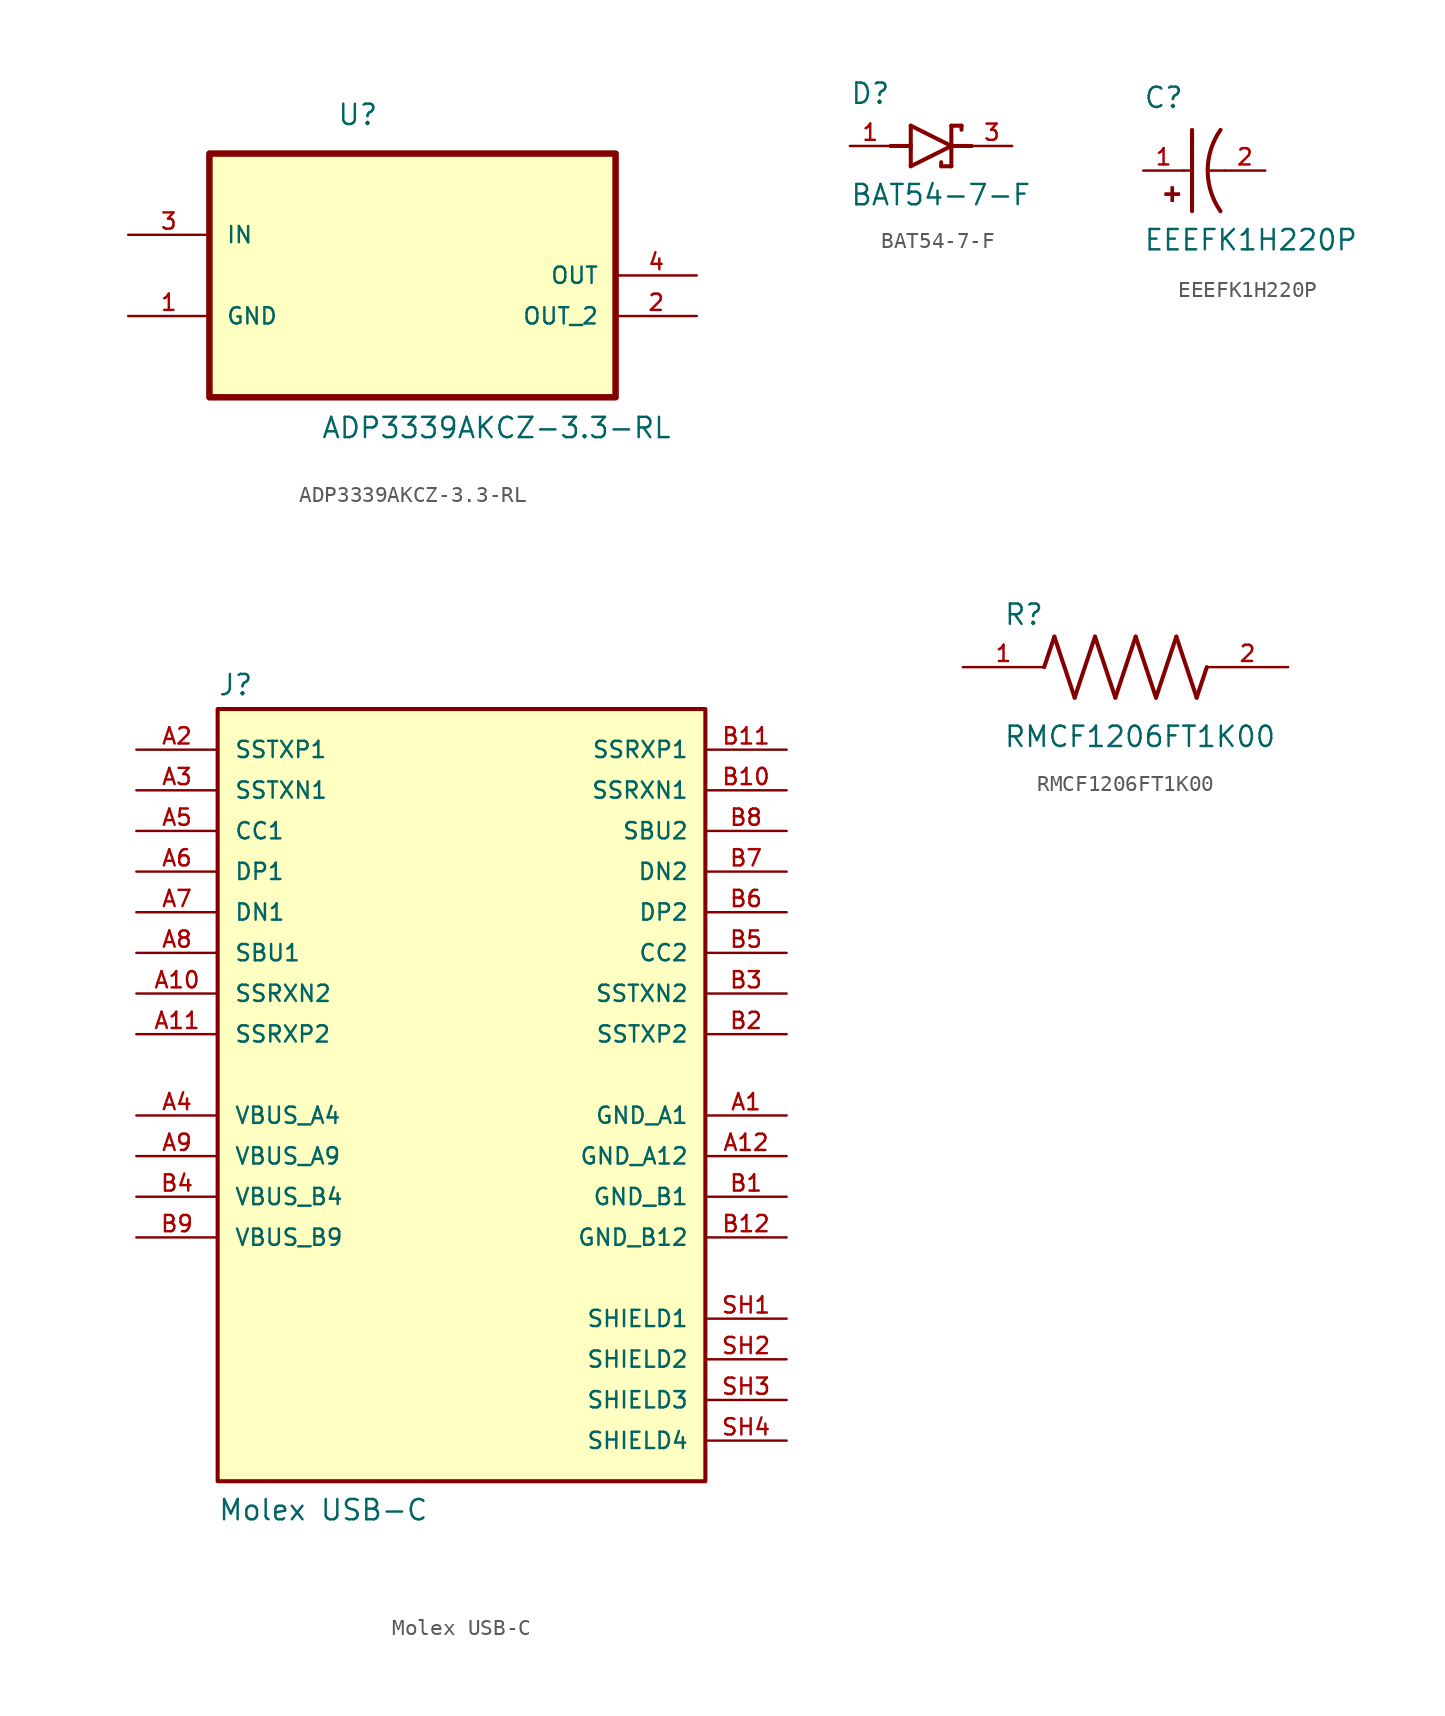
<source format=kicad_sym>
(kicad_symbol_lib
  (version 20231120)
  (generator "kicad_symbol_editor")
  (generator_version "8.0")
  (symbol "ADP3339AKCZ-3.3-RL"
    (pin_names
      (offset 1.016))
    (property "Reference" "U"
      (at -4.733 6.769 0)
      (effects (font (size 1.27 1.27)) (justify left bottom)))
    (property "Value" "ADP3339AKCZ-3.3-RL"
      (at -5.732 -12.814 0)
      (effects (font (size 1.27 1.27)) (justify left bottom)))
    (symbol "ADP3339AKCZ-3.3-RL_0_0"
      (rectangle (start -12.7 -10.16) (end 12.7 5.08) (stroke (width 0.406) (type default)) (fill (type background)))
      (pin passive line (at -17.78 -5.08 0) (length 5.08) (name "GND" (effects (font (size 1.016 1.016)))) (number "1" (effects (font (size 1.016 1.016)))))
      (pin output line (at 17.78 -5.08 180) (length 5.08) (name "OUT_2" (effects (font (size 1.016 1.016)))) (number "2" (effects (font (size 1.016 1.016)))))
      (pin input line (at -17.78 0 0) (length 5.08) (name "IN" (effects (font (size 1.016 1.016)))) (number "3" (effects (font (size 1.016 1.016)))))
      (pin output line (at 17.78 -2.54 180) (length 5.08) (name "OUT" (effects (font (size 1.016 1.016)))) (number "4" (effects (font (size 1.016 1.016)))))))
  (symbol "BAT54-7-F"
    (pin_names
      (offset 1.016))
    (property "Reference" "D"
      (at -5.08 2.54 0)
      (effects (font (size 1.27 1.27)) (justify left bottom)))
    (property "Value" "BAT54-7-F"
      (at -5.08 -3.81 0)
      (effects (font (size 1.27 1.27)) (justify left bottom)))
    (symbol "BAT54-7-F_0_0"
      (polyline (pts (xy -2.54 0) (xy -1.27 0)) (stroke (width 0.254) (type default)) (fill (type none)))
      (polyline (pts (xy -1.27 -1.27) (xy 1.27 0)) (stroke (width 0.254) (type default)) (fill (type none)))
      (polyline (pts (xy -1.27 0) (xy -1.27 -1.27)) (stroke (width 0.254) (type default)) (fill (type none)))
      (polyline (pts (xy -1.27 1.27) (xy -1.27 0)) (stroke (width 0.254) (type default)) (fill (type none)))
      (polyline (pts (xy 0.635 -1.016) (xy 0.635 -1.27)) (stroke (width 0.254) (type default)) (fill (type none)))
      (polyline (pts (xy 1.27 -1.27) (xy 0.635 -1.27)) (stroke (width 0.254) (type default)) (fill (type none)))
      (polyline (pts (xy 1.27 0) (xy -1.27 1.27)) (stroke (width 0.254) (type default)) (fill (type none)))
      (polyline (pts (xy 1.27 0) (xy 1.27 -1.27)) (stroke (width 0.254) (type default)) (fill (type none)))
      (polyline (pts (xy 1.27 1.27) (xy 1.27 0)) (stroke (width 0.254) (type default)) (fill (type none)))
      (polyline (pts (xy 1.905 1.27) (xy 1.27 1.27)) (stroke (width 0.254) (type default)) (fill (type none)))
      (polyline (pts (xy 1.905 1.27) (xy 1.905 1.016)) (stroke (width 0.254) (type default)) (fill (type none)))
      (polyline (pts (xy 2.54 0) (xy 1.27 0)) (stroke (width 0.254) (type default)) (fill (type none)))
      (pin passive line (at -5.08 0 0) (length 2.54) (name "~" (effects (font (size 1.016 1.016)))) (number "1" (effects (font (size 1.016 1.016)))))
      (pin passive line (at 5.08 0 180) (length 2.54) (name "~" (effects (font (size 1.016 1.016)))) (number "3" (effects (font (size 1.016 1.016)))))))
  (symbol "EEEFK1H220P"
    (pin_names
      (offset 1.016))
    (property "Reference" "C"
      (at -2.54 3.81 0)
      (effects (font (size 1.27 1.27)) (justify left bottom)))
    (property "Value" "EEEFK1H220P"
      (at -2.54 -5.08 0)
      (effects (font (size 1.27 1.27)) (justify left bottom)))
    (symbol "EEEFK1H220P_0_0"
      (rectangle (start -1.173 -1.532) (end -0.284 -1.405) (stroke (width 0.1) (type default)) (fill (type outline)))
      (rectangle (start -0.792 -1.913) (end -0.665 -1.024) (stroke (width 0.1) (type default)) (fill (type outline)))
      (polyline (pts (xy 0 0) (xy 0.508 0)) (stroke (width 0.152) (type default)) (fill (type none)))
      (polyline (pts (xy 0.508 0) (xy 0.508 -2.54)) (stroke (width 0.254) (type default)) (fill (type none)))
      (polyline (pts (xy 0.508 2.54) (xy 0.508 0)) (stroke (width 0.254) (type default)) (fill (type none)))
      (polyline (pts (xy 2.54 0) (xy 1.524 0)) (stroke (width 0.152) (type default)) (fill (type none)))
      (arc (start 2.286 2.54) (mid 1.4851 0) (end 2.286 -2.54) (stroke (width 0.254) (type default)) (fill (type none)))
      (pin passive line (at -2.54 0 0) (length 2.54) (name "~" (effects (font (size 1.016 1.016)))) (number "1" (effects (font (size 1.016 1.016)))))
      (pin passive line (at 5.08 0 180) (length 2.54) (name "~" (effects (font (size 1.016 1.016)))) (number "2" (effects (font (size 1.016 1.016)))))))
  (symbol "Molex USB-C"
    (pin_names
      (offset 1.016))
    (property "Reference" "J"
      (at -15.24 23.622 0)
      (effects (font (size 1.27 1.27)) (justify left bottom)))
    (property "Value" "Molex USB-C"
      (at -15.24 -27.94 0)
      (effects (font (size 1.27 1.27)) (justify left bottom)))
    (symbol "Molex USB-C_0_0"
      (rectangle (start -15.24 -25.4) (end 15.24 22.86) (stroke (width 0.254) (type default)) (fill (type background)))
      (pin power_in line (at 20.32 -2.54 180) (length 5.08) (name "GND_A1" (effects (font (size 1.016 1.016)))) (number "A1" (effects (font (size 1.016 1.016)))))
      (pin bidirectional line (at -20.32 5.08 0) (length 5.08) (name "SSRXN2" (effects (font (size 1.016 1.016)))) (number "A10" (effects (font (size 1.016 1.016)))))
      (pin bidirectional line (at -20.32 2.54 0) (length 5.08) (name "SSRXP2" (effects (font (size 1.016 1.016)))) (number "A11" (effects (font (size 1.016 1.016)))))
      (pin power_in line (at 20.32 -5.08 180) (length 5.08) (name "GND_A12" (effects (font (size 1.016 1.016)))) (number "A12" (effects (font (size 1.016 1.016)))))
      (pin bidirectional line (at -20.32 20.32 0) (length 5.08) (name "SSTXP1" (effects (font (size 1.016 1.016)))) (number "A2" (effects (font (size 1.016 1.016)))))
      (pin bidirectional line (at -20.32 17.78 0) (length 5.08) (name "SSTXN1" (effects (font (size 1.016 1.016)))) (number "A3" (effects (font (size 1.016 1.016)))))
      (pin power_in line (at -20.32 -2.54 0) (length 5.08) (name "VBUS_A4" (effects (font (size 1.016 1.016)))) (number "A4" (effects (font (size 1.016 1.016)))))
      (pin bidirectional line (at -20.32 15.24 0) (length 5.08) (name "CC1" (effects (font (size 1.016 1.016)))) (number "A5" (effects (font (size 1.016 1.016)))))
      (pin bidirectional line (at -20.32 12.7 0) (length 5.08) (name "DP1" (effects (font (size 1.016 1.016)))) (number "A6" (effects (font (size 1.016 1.016)))))
      (pin bidirectional line (at -20.32 10.16 0) (length 5.08) (name "DN1" (effects (font (size 1.016 1.016)))) (number "A7" (effects (font (size 1.016 1.016)))))
      (pin bidirectional line (at -20.32 7.62 0) (length 5.08) (name "SBU1" (effects (font (size 1.016 1.016)))) (number "A8" (effects (font (size 1.016 1.016)))))
      (pin power_in line (at -20.32 -5.08 0) (length 5.08) (name "VBUS_A9" (effects (font (size 1.016 1.016)))) (number "A9" (effects (font (size 1.016 1.016)))))
      (pin power_in line (at 20.32 -7.62 180) (length 5.08) (name "GND_B1" (effects (font (size 1.016 1.016)))) (number "B1" (effects (font (size 1.016 1.016)))))
      (pin bidirectional line (at 20.32 17.78 180) (length 5.08) (name "SSRXN1" (effects (font (size 1.016 1.016)))) (number "B10" (effects (font (size 1.016 1.016)))))
      (pin bidirectional line (at 20.32 20.32 180) (length 5.08) (name "SSRXP1" (effects (font (size 1.016 1.016)))) (number "B11" (effects (font (size 1.016 1.016)))))
      (pin power_in line (at 20.32 -10.16 180) (length 5.08) (name "GND_B12" (effects (font (size 1.016 1.016)))) (number "B12" (effects (font (size 1.016 1.016)))))
      (pin bidirectional line (at 20.32 2.54 180) (length 5.08) (name "SSTXP2" (effects (font (size 1.016 1.016)))) (number "B2" (effects (font (size 1.016 1.016)))))
      (pin bidirectional line (at 20.32 5.08 180) (length 5.08) (name "SSTXN2" (effects (font (size 1.016 1.016)))) (number "B3" (effects (font (size 1.016 1.016)))))
      (pin power_in line (at -20.32 -7.62 0) (length 5.08) (name "VBUS_B4" (effects (font (size 1.016 1.016)))) (number "B4" (effects (font (size 1.016 1.016)))))
      (pin bidirectional line (at 20.32 7.62 180) (length 5.08) (name "CC2" (effects (font (size 1.016 1.016)))) (number "B5" (effects (font (size 1.016 1.016)))))
      (pin bidirectional line (at 20.32 10.16 180) (length 5.08) (name "DP2" (effects (font (size 1.016 1.016)))) (number "B6" (effects (font (size 1.016 1.016)))))
      (pin bidirectional line (at 20.32 12.7 180) (length 5.08) (name "DN2" (effects (font (size 1.016 1.016)))) (number "B7" (effects (font (size 1.016 1.016)))))
      (pin bidirectional line (at 20.32 15.24 180) (length 5.08) (name "SBU2" (effects (font (size 1.016 1.016)))) (number "B8" (effects (font (size 1.016 1.016)))))
      (pin power_in line (at -20.32 -10.16 0) (length 5.08) (name "VBUS_B9" (effects (font (size 1.016 1.016)))) (number "B9" (effects (font (size 1.016 1.016)))))
      (pin passive line (at 20.32 -15.24 180) (length 5.08) (name "SHIELD1" (effects (font (size 1.016 1.016)))) (number "SH1" (effects (font (size 1.016 1.016)))))
      (pin passive line (at 20.32 -17.78 180) (length 5.08) (name "SHIELD2" (effects (font (size 1.016 1.016)))) (number "SH2" (effects (font (size 1.016 1.016)))))
      (pin passive line (at 20.32 -20.32 180) (length 5.08) (name "SHIELD3" (effects (font (size 1.016 1.016)))) (number "SH3" (effects (font (size 1.016 1.016)))))
      (pin passive line (at 20.32 -22.86 180) (length 5.08) (name "SHIELD4" (effects (font (size 1.016 1.016)))) (number "SH4" (effects (font (size 1.016 1.016)))))))
  (symbol "RMCF1206FT1K00"
    (pin_names
      (offset 1.016))
    (property "Reference" "R"
      (at -7.624 2.542 0)
      (effects (font (size 1.27 1.27)) (justify left bottom)))
    (property "Value" "RMCF1206FT1K00"
      (at -7.63 -5.087 0)
      (effects (font (size 1.27 1.27)) (justify left bottom)))
    (symbol "RMCF1206FT1K00_0_0"
      (polyline (pts (xy -5.08 0) (xy -4.445 1.905)) (stroke (width 0.254) (type default)) (fill (type none)))
      (polyline (pts (xy -4.445 1.905) (xy -3.175 -1.905)) (stroke (width 0.254) (type default)) (fill (type none)))
      (polyline (pts (xy -3.175 -1.905) (xy -1.905 1.905)) (stroke (width 0.254) (type default)) (fill (type none)))
      (polyline (pts (xy -1.905 1.905) (xy -0.635 -1.905)) (stroke (width 0.254) (type default)) (fill (type none)))
      (polyline (pts (xy -0.635 -1.905) (xy 0.635 1.905)) (stroke (width 0.254) (type default)) (fill (type none)))
      (polyline (pts (xy 0.635 1.905) (xy 1.905 -1.905)) (stroke (width 0.254) (type default)) (fill (type none)))
      (polyline (pts (xy 1.905 -1.905) (xy 3.175 1.905)) (stroke (width 0.254) (type default)) (fill (type none)))
      (polyline (pts (xy 3.175 1.905) (xy 4.445 -1.905)) (stroke (width 0.254) (type default)) (fill (type none)))
      (polyline (pts (xy 4.445 -1.905) (xy 5.08 0)) (stroke (width 0.254) (type default)) (fill (type none)))
      (pin passive line (at -10.16 0 0) (length 5.08) (name "~" (effects (font (size 1.016 1.016)))) (number "1" (effects (font (size 1.016 1.016)))))
      (pin passive line (at 10.16 0 180) (length 5.08) (name "~" (effects (font (size 1.016 1.016)))) (number "2" (effects (font (size 1.016 1.016))))))))
</source>
